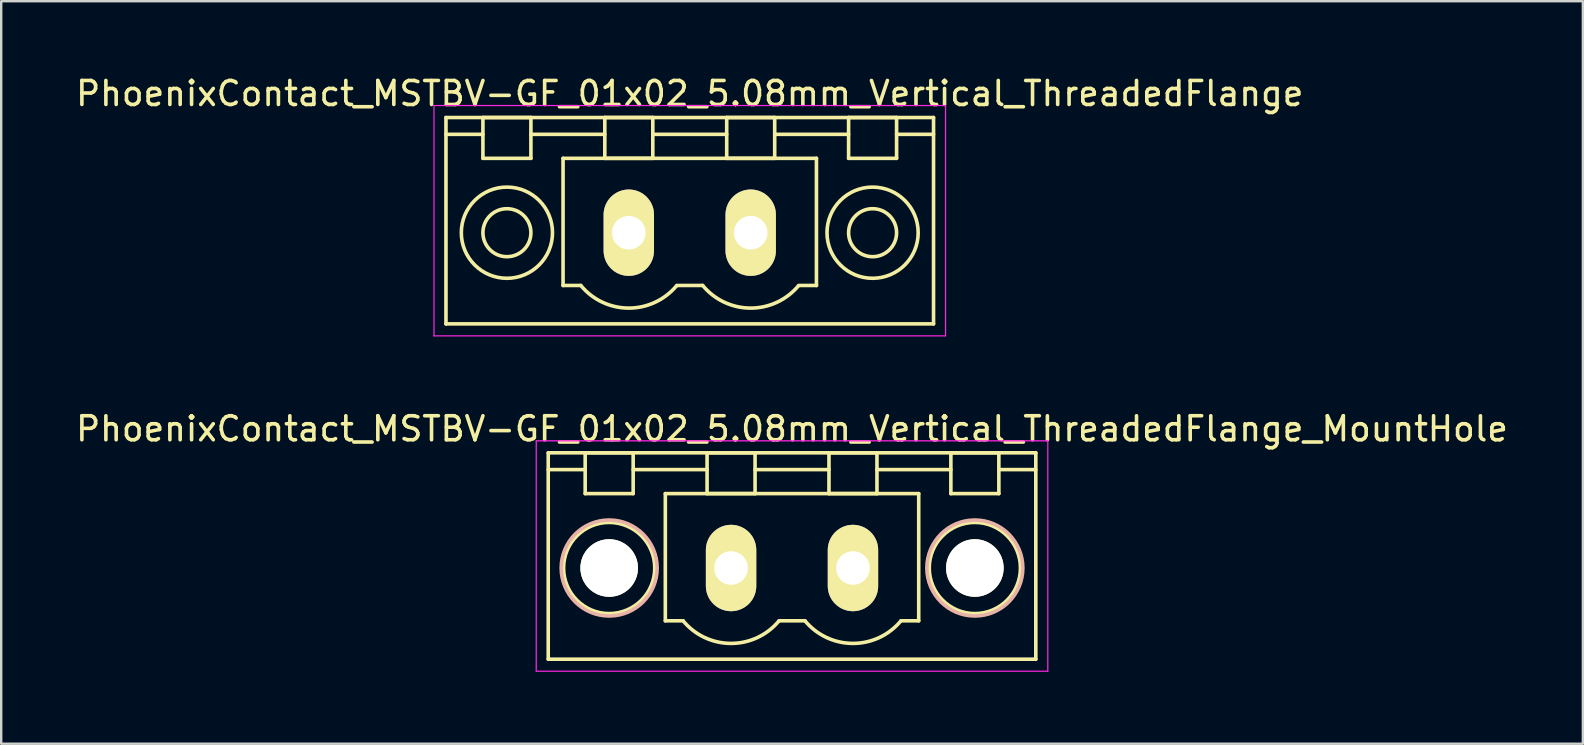
<source format=kicad_pcb>
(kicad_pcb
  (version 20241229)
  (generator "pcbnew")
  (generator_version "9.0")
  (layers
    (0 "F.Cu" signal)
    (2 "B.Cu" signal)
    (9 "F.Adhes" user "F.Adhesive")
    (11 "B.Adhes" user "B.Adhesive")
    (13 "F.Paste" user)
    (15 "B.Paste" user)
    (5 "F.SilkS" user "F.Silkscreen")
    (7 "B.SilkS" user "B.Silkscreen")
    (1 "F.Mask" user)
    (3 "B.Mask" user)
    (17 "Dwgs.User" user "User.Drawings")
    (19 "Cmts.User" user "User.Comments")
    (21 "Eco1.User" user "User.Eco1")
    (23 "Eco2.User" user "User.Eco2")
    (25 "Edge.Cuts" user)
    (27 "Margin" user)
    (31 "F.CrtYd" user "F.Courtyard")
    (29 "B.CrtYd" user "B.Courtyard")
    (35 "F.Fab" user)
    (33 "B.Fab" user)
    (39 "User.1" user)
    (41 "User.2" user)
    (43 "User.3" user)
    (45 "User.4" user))
  (footprint "PhoenixContact_MSTBV-GF_01x02_5.08mm_Vertical_ThreadedFlange_MountHole"
    (layer "F.Cu")
    (at 27.418 20.622)
    (property "Reference" "PhoenixContact_MSTBV-GF_01x02_5.08mm_Vertical_ThreadedFlange_MountHole" (at 2.54 -5.8 0) (layer "F.SilkS") (effects (font (size 1 1) (thickness 0.15))))
    (attr through_hole)
    (fp_line (start -7.62 -4.8) (end -7.62 3.8) (stroke (width 0.15) (type solid)) (layer "F.SilkS"))
    (fp_line (start -7.62 -4.1) (end -6.08 -4.1) (stroke (width 0.15) (type solid)) (layer "F.SilkS"))
    (fp_line (start -7.62 3.8) (end 12.7 3.8) (stroke (width 0.15) (type solid)) (layer "F.SilkS"))
    (fp_line (start -6.08 -4.8) (end -4.08 -4.8) (stroke (width 0.15) (type solid)) (layer "F.SilkS"))
    (fp_line (start -6.08 -3.1) (end -6.08 -4.8) (stroke (width 0.15) (type solid)) (layer "F.SilkS"))
    (fp_line (start -4.08 -4.8) (end -4.08 -3.1) (stroke (width 0.15) (type solid)) (layer "F.SilkS"))
    (fp_line (start -4.08 -4.1) (end -1 -4.1) (stroke (width 0.15) (type solid)) (layer "F.SilkS"))
    (fp_line (start -4.08 -3.1) (end -6.08 -3.1) (stroke (width 0.15) (type solid)) (layer "F.SilkS"))
    (fp_line (start -2.74 -3.1) (end 7.82 -3.1) (stroke (width 0.15) (type solid)) (layer "F.SilkS"))
    (fp_line (start -2.74 2.2) (end -2.74 -3.1) (stroke (width 0.15) (type solid)) (layer "F.SilkS"))
    (fp_line (start -2 2.2) (end -2.74 2.2) (stroke (width 0.15) (type solid)) (layer "F.SilkS"))
    (fp_line (start -1 -4.8) (end 1 -4.8) (stroke (width 0.15) (type solid)) (layer "F.SilkS"))
    (fp_line (start -1 -3.1) (end -1 -4.8) (stroke (width 0.15) (type solid)) (layer "F.SilkS"))
    (fp_line (start 1 -4.8) (end 1 -3.1) (stroke (width 0.15) (type solid)) (layer "F.SilkS"))
    (fp_line (start 1 -4.1) (end 4.08 -4.1) (stroke (width 0.15) (type solid)) (layer "F.SilkS"))
    (fp_line (start 1 -3.1) (end -1 -3.1) (stroke (width 0.15) (type solid)) (layer "F.SilkS"))
    (fp_line (start 2 2.2) (end 3.08 2.2) (stroke (width 0.15) (type solid)) (layer "F.SilkS"))
    (fp_line (start 4.08 -4.8) (end 6.08 -4.8) (stroke (width 0.15) (type solid)) (layer "F.SilkS"))
    (fp_line (start 4.08 -3.1) (end 4.08 -4.8) (stroke (width 0.15) (type solid)) (layer "F.SilkS"))
    (fp_line (start 6.08 -4.8) (end 6.08 -3.1) (stroke (width 0.15) (type solid)) (layer "F.SilkS"))
    (fp_line (start 6.08 -4.1) (end 9.16 -4.1) (stroke (width 0.15) (type solid)) (layer "F.SilkS"))
    (fp_line (start 6.08 -3.1) (end 4.08 -3.1) (stroke (width 0.15) (type solid)) (layer "F.SilkS"))
    (fp_line (start 7.82 -3.1) (end 7.82 2.2) (stroke (width 0.15) (type solid)) (layer "F.SilkS"))
    (fp_line (start 7.82 2.2) (end 7.08 2.2) (stroke (width 0.15) (type solid)) (layer "F.SilkS"))
    (fp_line (start 9.16 -4.8) (end 11.16 -4.8) (stroke (width 0.15) (type solid)) (layer "F.SilkS"))
    (fp_line (start 9.16 -3.1) (end 9.16 -4.8) (stroke (width 0.15) (type solid)) (layer "F.SilkS"))
    (fp_line (start 11.16 -4.8) (end 11.16 -3.1) (stroke (width 0.15) (type solid)) (layer "F.SilkS"))
    (fp_line (start 11.16 -3.1) (end 9.16 -3.1) (stroke (width 0.15) (type solid)) (layer "F.SilkS"))
    (fp_line (start 12.7 -4.8) (end -7.62 -4.8) (stroke (width 0.15) (type solid)) (layer "F.SilkS"))
    (fp_line (start 12.7 -4.1) (end 11.16 -4.1) (stroke (width 0.15) (type solid)) (layer "F.SilkS"))
    (fp_line (start 12.7 3.8) (end 12.7 -4.8) (stroke (width 0.15) (type solid)) (layer "F.SilkS"))
    (fp_arc (start 1.986842 2.215821) (mid -0.010289 3.142758) (end -2 2.2) (stroke (width 0.15) (type solid)) (layer "F.SilkS"))
    (fp_arc (start 7.066842 2.215821) (mid 5.069711 3.142758) (end 3.08 2.2) (stroke (width 0.15) (type solid)) (layer "F.SilkS"))
    (fp_circle (center -5.08 0) (end -4.08 0) (stroke (width 0.15) (type solid)) (fill no) (layer "F.SilkS"))
    (fp_circle (center -5.08 0) (end -3.18 0) (stroke (width 0.15) (type solid)) (fill no) (layer "F.SilkS"))
    (fp_circle (center 10.16 0) (end 11.16 0) (stroke (width 0.15) (type solid)) (fill no) (layer "F.SilkS"))
    (fp_circle (center 10.16 0) (end 12.06 0) (stroke (width 0.15) (type solid)) (fill no) (layer "F.SilkS"))
    (fp_circle (center -5.08 0) (end -3.08 0) (stroke (width 0.15) (type solid)) (fill no) (layer "B.SilkS"))
    (fp_circle (center 10.16 0) (end 12.16 0) (stroke (width 0.15) (type solid)) (fill no) (layer "B.SilkS"))
    (fp_line (start -8.12 -5.3) (end -8.12 4.3) (stroke (width 0.05) (type solid)) (layer "F.CrtYd"))
    (fp_line (start -8.12 4.3) (end 13.2 4.3) (stroke (width 0.05) (type solid)) (layer "F.CrtYd"))
    (fp_line (start 13.2 -5.3) (end -8.12 -5.3) (stroke (width 0.05) (type solid)) (layer "F.CrtYd"))
    (fp_line (start 13.2 4.3) (end 13.2 -5.3) (stroke (width 0.05) (type solid)) (layer "F.CrtYd"))
    (pad "" np_thru_hole circle (at -5.08 0) (size 2.4 2.4) (drill 2.4) (layers "*.Cu" "*.Mask" "F.SilkS"))
    (pad "" np_thru_hole circle (at 10.16 0) (size 2.4 2.4) (drill 2.4) (layers "*.Cu" "*.Mask" "F.SilkS"))
    (pad "1" thru_hole oval (at 0 0) (size 2.1 3.6) (drill 1.4) (layers "*.Cu" "*.Mask" "F.SilkS"))
    (pad "2" thru_hole oval (at 5.08 0) (size 2.1 3.6) (drill 1.4) (layers "*.Cu" "*.Mask" "F.SilkS")))
  (footprint "PhoenixContact_MSTBV-GF_01x02_5.08mm_Vertical_ThreadedFlange"
    (layer "F.Cu")
    (at 23.156 6.648)
    (property "Reference" "PhoenixContact_MSTBV-GF_01x02_5.08mm_Vertical_ThreadedFlange" (at 2.54 -5.8 0) (layer "F.SilkS") (effects (font (size 1 1) (thickness 0.15))))
    (attr through_hole)
    (fp_line (start -7.62 -4.8) (end -7.62 3.8) (stroke (width 0.15) (type solid)) (layer "F.SilkS"))
    (fp_line (start -7.62 -4.1) (end -6.08 -4.1) (stroke (width 0.15) (type solid)) (layer "F.SilkS"))
    (fp_line (start -7.62 3.8) (end 12.7 3.8) (stroke (width 0.15) (type solid)) (layer "F.SilkS"))
    (fp_line (start -6.08 -4.8) (end -4.08 -4.8) (stroke (width 0.15) (type solid)) (layer "F.SilkS"))
    (fp_line (start -6.08 -3.1) (end -6.08 -4.8) (stroke (width 0.15) (type solid)) (layer "F.SilkS"))
    (fp_line (start -4.08 -4.8) (end -4.08 -3.1) (stroke (width 0.15) (type solid)) (layer "F.SilkS"))
    (fp_line (start -4.08 -4.1) (end -1 -4.1) (stroke (width 0.15) (type solid)) (layer "F.SilkS"))
    (fp_line (start -4.08 -3.1) (end -6.08 -3.1) (stroke (width 0.15) (type solid)) (layer "F.SilkS"))
    (fp_line (start -2.74 -3.1) (end 7.82 -3.1) (stroke (width 0.15) (type solid)) (layer "F.SilkS"))
    (fp_line (start -2.74 2.2) (end -2.74 -3.1) (stroke (width 0.15) (type solid)) (layer "F.SilkS"))
    (fp_line (start -2 2.2) (end -2.74 2.2) (stroke (width 0.15) (type solid)) (layer "F.SilkS"))
    (fp_line (start -1 -4.8) (end 1 -4.8) (stroke (width 0.15) (type solid)) (layer "F.SilkS"))
    (fp_line (start -1 -3.1) (end -1 -4.8) (stroke (width 0.15) (type solid)) (layer "F.SilkS"))
    (fp_line (start 1 -4.8) (end 1 -3.1) (stroke (width 0.15) (type solid)) (layer "F.SilkS"))
    (fp_line (start 1 -4.1) (end 4.08 -4.1) (stroke (width 0.15) (type solid)) (layer "F.SilkS"))
    (fp_line (start 1 -3.1) (end -1 -3.1) (stroke (width 0.15) (type solid)) (layer "F.SilkS"))
    (fp_line (start 2 2.2) (end 3.08 2.2) (stroke (width 0.15) (type solid)) (layer "F.SilkS"))
    (fp_line (start 4.08 -4.8) (end 6.08 -4.8) (stroke (width 0.15) (type solid)) (layer "F.SilkS"))
    (fp_line (start 4.08 -3.1) (end 4.08 -4.8) (stroke (width 0.15) (type solid)) (layer "F.SilkS"))
    (fp_line (start 6.08 -4.8) (end 6.08 -3.1) (stroke (width 0.15) (type solid)) (layer "F.SilkS"))
    (fp_line (start 6.08 -4.1) (end 9.16 -4.1) (stroke (width 0.15) (type solid)) (layer "F.SilkS"))
    (fp_line (start 6.08 -3.1) (end 4.08 -3.1) (stroke (width 0.15) (type solid)) (layer "F.SilkS"))
    (fp_line (start 7.82 -3.1) (end 7.82 2.2) (stroke (width 0.15) (type solid)) (layer "F.SilkS"))
    (fp_line (start 7.82 2.2) (end 7.08 2.2) (stroke (width 0.15) (type solid)) (layer "F.SilkS"))
    (fp_line (start 9.16 -4.8) (end 11.16 -4.8) (stroke (width 0.15) (type solid)) (layer "F.SilkS"))
    (fp_line (start 9.16 -3.1) (end 9.16 -4.8) (stroke (width 0.15) (type solid)) (layer "F.SilkS"))
    (fp_line (start 11.16 -4.8) (end 11.16 -3.1) (stroke (width 0.15) (type solid)) (layer "F.SilkS"))
    (fp_line (start 11.16 -3.1) (end 9.16 -3.1) (stroke (width 0.15) (type solid)) (layer "F.SilkS"))
    (fp_line (start 12.7 -4.8) (end -7.62 -4.8) (stroke (width 0.15) (type solid)) (layer "F.SilkS"))
    (fp_line (start 12.7 -4.1) (end 11.16 -4.1) (stroke (width 0.15) (type solid)) (layer "F.SilkS"))
    (fp_line (start 12.7 3.8) (end 12.7 -4.8) (stroke (width 0.15) (type solid)) (layer "F.SilkS"))
    (fp_arc (start 1.986842 2.215821) (mid -0.010289 3.142758) (end -2 2.2) (stroke (width 0.15) (type solid)) (layer "F.SilkS"))
    (fp_arc (start 7.066842 2.215821) (mid 5.069711 3.142758) (end 3.08 2.2) (stroke (width 0.15) (type solid)) (layer "F.SilkS"))
    (fp_circle (center -5.08 0) (end -4.08 0) (stroke (width 0.15) (type solid)) (fill no) (layer "F.SilkS"))
    (fp_circle (center -5.08 0) (end -3.18 0) (stroke (width 0.15) (type solid)) (fill no) (layer "F.SilkS"))
    (fp_circle (center 10.16 0) (end 11.16 0) (stroke (width 0.15) (type solid)) (fill no) (layer "F.SilkS"))
    (fp_circle (center 10.16 0) (end 12.06 0) (stroke (width 0.15) (type solid)) (fill no) (layer "F.SilkS"))
    (fp_line (start -8.12 -5.3) (end -8.12 4.3) (stroke (width 0.05) (type solid)) (layer "F.CrtYd"))
    (fp_line (start -8.12 4.3) (end 13.2 4.3) (stroke (width 0.05) (type solid)) (layer "F.CrtYd"))
    (fp_line (start 13.2 -5.3) (end -8.12 -5.3) (stroke (width 0.05) (type solid)) (layer "F.CrtYd"))
    (fp_line (start 13.2 4.3) (end 13.2 -5.3) (stroke (width 0.05) (type solid)) (layer "F.CrtYd"))
    (pad "1" thru_hole oval (at 0 0) (size 2.1 3.6) (drill 1.4) (layers "*.Cu" "*.Mask" "F.SilkS"))
    (pad "2" thru_hole oval (at 5.08 0) (size 2.1 3.6) (drill 1.4) (layers "*.Cu" "*.Mask" "F.SilkS")))
  (gr_rect
    (start -3 -3)
    (end 62.917 27.947)
    (stroke (width 0.1) (type default))
    (fill no)
    (layer "Edge.Cuts")))
</source>
